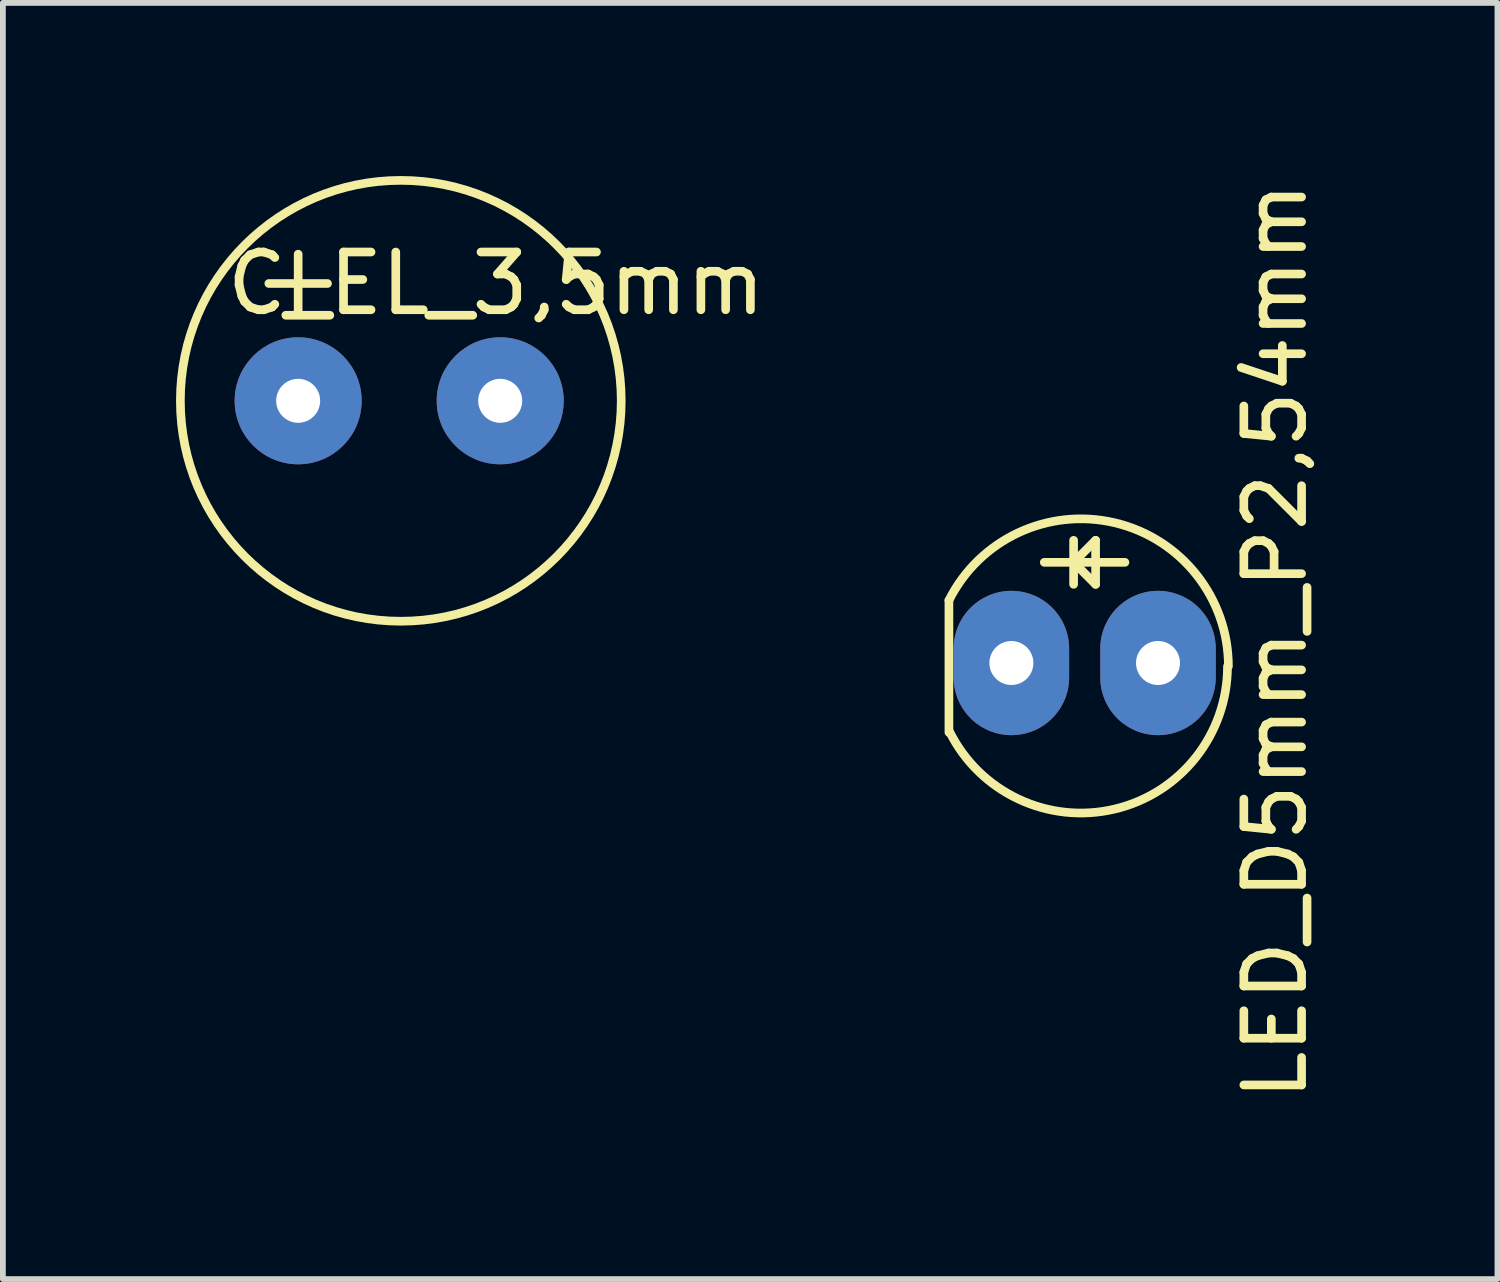
<source format=kicad_pcb>
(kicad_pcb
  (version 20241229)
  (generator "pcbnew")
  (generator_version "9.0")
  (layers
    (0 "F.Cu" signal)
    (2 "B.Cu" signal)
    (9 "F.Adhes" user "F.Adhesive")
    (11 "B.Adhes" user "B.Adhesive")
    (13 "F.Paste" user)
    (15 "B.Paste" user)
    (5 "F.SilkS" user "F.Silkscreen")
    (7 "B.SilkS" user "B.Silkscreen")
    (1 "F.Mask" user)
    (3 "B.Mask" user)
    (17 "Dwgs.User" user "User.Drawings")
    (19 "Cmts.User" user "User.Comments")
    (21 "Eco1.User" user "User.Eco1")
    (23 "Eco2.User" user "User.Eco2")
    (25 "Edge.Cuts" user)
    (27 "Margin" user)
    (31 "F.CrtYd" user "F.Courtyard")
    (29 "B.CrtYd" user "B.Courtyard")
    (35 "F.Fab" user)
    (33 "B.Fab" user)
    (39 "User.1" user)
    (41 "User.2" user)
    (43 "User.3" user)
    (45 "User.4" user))
  (footprint "C_EL_3,5mm"
    (layer "F.Cu")
    (at 2.115 3.893)
    (property "Reference" "C_EL_3,5mm" (at 3.429 -2.032 0) (layer "F.SilkS") (effects (font (size 1 1) (thickness 0.15))))
    (attr through_hole)
    (fp_line (start -0.508 -2.032) (end 0.508 -2.032) (stroke (width 0.15) (type solid)) (layer "F.SilkS"))
    (fp_line (start 0 -1.524) (end 0 -2.54) (stroke (width 0.15) (type solid)) (layer "F.SilkS"))
    (fp_circle (center 1.778 0) (end 1.524 -3.81) (stroke (width 0.15) (type solid)) (fill no) (layer "F.SilkS"))
    (pad "1" thru_hole circle (at 3.5 0) (size 2.2 2.2) (drill 0.762) (layers "*.Cu" "*.Mask"))
    (pad "2" thru_hole circle (at 0 0) (size 2.2 2.2) (drill 0.762) (layers "*.Cu" "*.Mask")))
  (footprint "LED_D5mm_P2,54mm"
    (layer "F.Cu")
    (at 14.47 8.435)
    (property "Reference" "LED_D5mm_P2,54mm" (at 4.572 -0.381 90) (layer "F.SilkS") (effects (font (size 1 1) (thickness 0.15))))
    (attr through_hole)
    (fp_line (start -1.082 1.202) (end -1.082 -1.084) (stroke (width 0.15) (type solid)) (layer "F.SilkS"))
    (fp_line (start 1.078 -1.744) (end 1.459 -2.125) (stroke (width 0.15) (type solid)) (layer "F.SilkS"))
    (fp_line (start 1.078 -1.363) (end 1.078 -2.125) (stroke (width 0.15) (type solid)) (layer "F.SilkS"))
    (fp_line (start 1.459 -2.125) (end 1.459 -1.363) (stroke (width 0.15) (type solid)) (layer "F.SilkS"))
    (fp_line (start 1.459 -1.744) (end 0.57 -1.744) (stroke (width 0.15) (type solid)) (layer "F.SilkS"))
    (fp_line (start 1.459 -1.363) (end 1.078 -1.744) (stroke (width 0.15) (type solid)) (layer "F.SilkS"))
    (fp_line (start 1.967 -1.744) (end 1.459 -1.744) (stroke (width 0.15) (type solid)) (layer "F.SilkS"))
    (fp_arc (start -1.082442 -1.084432) (mid 1.790766 -2.428887) (end 3.759384 0.058568) (stroke (width 0.15) (type solid)) (layer "F.SilkS"))
    (fp_arc (start 3.743558 0.058568) (mid 1.787131 2.53062) (end -1.068287 1.194491) (stroke (width 0.15) (type solid)) (layer "F.SilkS"))
    (pad "1" thru_hole oval (at 2.54 0) (size 2 2.5) (drill 0.762) (layers "*.Cu" "*.Mask"))
    (pad "2" thru_hole oval (at 0 0) (size 2 2.5) (drill 0.762) (layers "*.Cu" "*.Mask")))
  (gr_rect
    (start -3 -3)
    (end 22.89 19.107)
    (stroke (width 0.1) (type default))
    (fill no)
    (layer "Edge.Cuts")))
</source>
